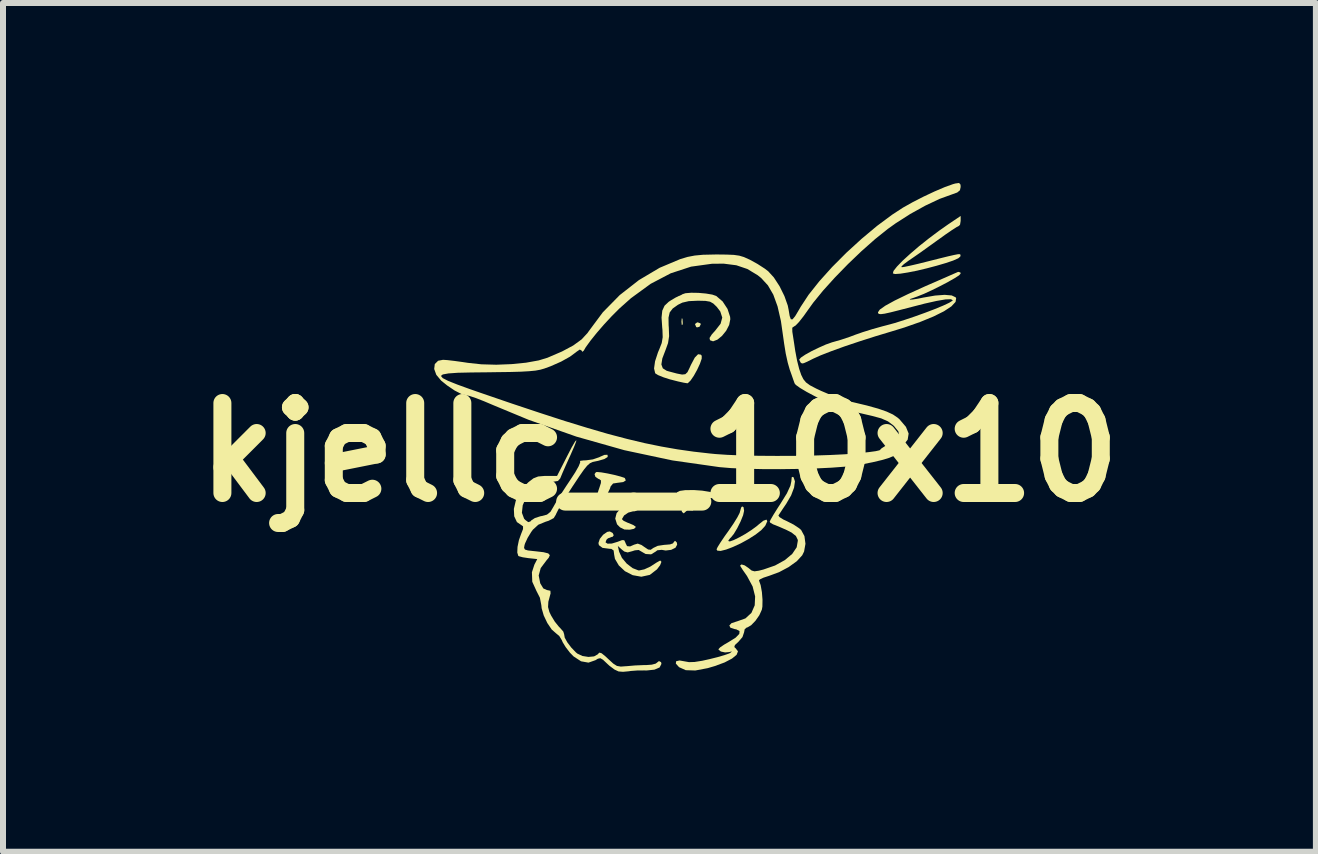
<source format=kicad_pcb>
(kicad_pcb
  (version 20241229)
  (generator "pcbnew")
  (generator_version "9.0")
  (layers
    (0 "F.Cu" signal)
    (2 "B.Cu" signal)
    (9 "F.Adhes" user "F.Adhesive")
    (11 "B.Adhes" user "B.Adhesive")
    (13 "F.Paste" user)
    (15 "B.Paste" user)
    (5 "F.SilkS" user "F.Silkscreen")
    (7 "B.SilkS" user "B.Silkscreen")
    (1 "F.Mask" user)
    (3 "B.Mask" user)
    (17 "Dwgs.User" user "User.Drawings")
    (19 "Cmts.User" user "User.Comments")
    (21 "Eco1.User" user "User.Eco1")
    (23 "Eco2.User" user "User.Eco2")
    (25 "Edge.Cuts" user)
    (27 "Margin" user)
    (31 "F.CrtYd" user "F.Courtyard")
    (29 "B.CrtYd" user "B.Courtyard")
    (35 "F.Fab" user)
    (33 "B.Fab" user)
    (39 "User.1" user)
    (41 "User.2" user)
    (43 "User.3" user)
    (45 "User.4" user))
  (footprint "kjellc__10x10"
    (layer "F.Cu")
    (at 7.943 4.49)
    (property "Reference" "kjellc__10x10" (at 0 0 0) (layer "F.SilkS") (effects (font (size 1.5 1.5) (thickness 0.3))))
    (attr board_only exclude_from_pos_files exclude_from_bom)
    (fp_poly (pts (xy 0.382 -2.228) (xy 0.384 -2.223) (xy 0.389 -2.151) (xy 0.383 -2.124) (xy 0.372 -2.123) (xy 0.367 -2.175) (xy 0.367 -2.182) (xy 0.372 -2.233)) (stroke (width 0) (type solid)) (fill yes) (layer "F.SilkS"))
    (fp_poly (pts (xy 0.684 -2.149) (xy 0.689 -2.135) (xy 0.667 -2.092) (xy 0.625 -2.082) (xy 0.612 -2.09) (xy 0.592 -2.138) (xy 0.627 -2.165) (xy 0.64 -2.166)) (stroke (width 0) (type solid)) (fill yes) (layer "F.SilkS"))
    (fp_poly (pts (xy 1.375 0.451) (xy 1.451 0.531) (xy 1.475 0.561) (xy 1.534 0.649) (xy 1.553 0.711) (xy 1.534 0.738) (xy 1.476 0.722) (xy 1.469 0.718) (xy 1.413 0.665) (xy 1.357 0.581) (xy 1.319 0.497) (xy 1.313 0.461) (xy 1.328 0.428)) (stroke (width 0) (type solid)) (fill yes) (layer "F.SilkS"))
    (fp_poly (pts (xy -0.446 0.899) (xy -0.445 0.899) (xy -0.378 0.929) (xy -0.366 0.962) (xy -0.41 0.983) (xy -0.441 0.984) (xy -0.519 1.005) (xy -0.589 1.052) (xy -0.623 1.109) (xy -0.624 1.116) (xy -0.596 1.143) (xy -0.527 1.175) (xy -0.509 1.181) (xy -0.434 1.213) (xy -0.395 1.241) (xy -0.394 1.246) (xy -0.423 1.275) (xy -0.494 1.29) (xy -0.583 1.287) (xy -0.657 1.251) (xy -0.707 1.2) (xy -0.737 1.105) (xy -0.714 1.014) (xy -0.65 0.94) (xy -0.556 0.897)) (stroke (width 0) (type solid)) (fill yes) (layer "F.SilkS"))
    (fp_poly (pts (xy -0.966 0.335) (xy -0.863 0.353) (xy -0.751 0.377) (xy -0.652 0.403) (xy -0.587 0.424) (xy -0.576 0.431) (xy -0.561 0.469) (xy -0.604 0.496) (xy -0.695 0.508) (xy -0.697 0.508) (xy -0.773 0.52) (xy -0.813 0.567) (xy -0.826 0.607) (xy -0.875 0.708) (xy -0.95 0.773) (xy -1.007 0.788) (xy -1.047 0.77) (xy -1.05 0.759) (xy -1.04 0.712) (xy -1.015 0.63) (xy -1.003 0.596) (xy -0.976 0.512) (xy -0.975 0.469) (xy -1.001 0.449) (xy -1.019 0.442) (xy -1.068 0.408) (xy -1.082 0.363) (xy -1.058 0.331) (xy -1.039 0.328)) (stroke (width 0) (type solid)) (fill yes) (layer "F.SilkS"))
    (fp_poly (pts (xy 0.713 0.639) (xy 0.836 0.659) (xy 0.926 0.685) (xy 0.967 0.716) (xy 0.968 0.722) (xy 0.953 0.751) (xy 0.901 0.763) (xy 0.797 0.762) (xy 0.627 0.753) (xy 0.605 0.87) (xy 0.583 0.947) (xy 0.552 0.972) (xy 0.524 0.968) (xy 0.465 0.968) (xy 0.444 0.983) (xy 0.405 1.018) (xy 0.375 0.994) (xy 0.361 0.918) (xy 0.361 0.904) (xy 0.371 0.821) (xy 0.394 0.771) (xy 0.424 0.769) (xy 0.438 0.788) (xy 0.448 0.796) (xy 0.446 0.781) (xy 0.411 0.742) (xy 0.365 0.723) (xy 0.298 0.696) (xy 0.292 0.667) (xy 0.341 0.643) (xy 0.427 0.631) (xy 0.572 0.629)) (stroke (width 0) (type solid)) (fill yes) (layer "F.SilkS"))
    (fp_poly (pts (xy 1.402 0.915) (xy 1.411 0.974) (xy 1.395 1.048) (xy 1.353 1.152) (xy 1.298 1.263) (xy 1.24 1.36) (xy 1.191 1.421) (xy 1.182 1.427) (xy 1.15 1.469) (xy 1.149 1.479) (xy 1.173 1.486) (xy 1.238 1.463) (xy 1.33 1.418) (xy 1.434 1.36) (xy 1.536 1.294) (xy 1.623 1.23) (xy 1.654 1.203) (xy 1.733 1.14) (xy 1.784 1.122) (xy 1.798 1.148) (xy 1.768 1.216) (xy 1.76 1.229) (xy 1.698 1.297) (xy 1.602 1.372) (xy 1.484 1.447) (xy 1.355 1.518) (xy 1.227 1.577) (xy 1.112 1.621) (xy 1.02 1.644) (xy 0.964 1.639) (xy 0.952 1.617) (xy 0.97 1.579) (xy 1.019 1.5) (xy 1.09 1.395) (xy 1.149 1.313) (xy 1.232 1.192) (xy 1.297 1.087) (xy 1.337 1.01) (xy 1.345 0.981) (xy 1.362 0.921) (xy 1.378 0.902)) (stroke (width 0) (type solid)) (fill yes) (layer "F.SilkS"))
    (fp_poly (pts (xy 5.021 -3.857) (xy 5.011 -3.795) (xy 4.992 -3.774) (xy 4.956 -3.756) (xy 4.878 -3.706) (xy 4.77 -3.632) (xy 4.644 -3.541) (xy 4.639 -3.538) (xy 4.494 -3.434) (xy 4.351 -3.331) (xy 4.227 -3.245) (xy 4.152 -3.194) (xy 4.075 -3.137) (xy 4.034 -3.098) (xy 4.038 -3.085) (xy 4.088 -3.092) (xy 4.187 -3.113) (xy 4.32 -3.144) (xy 4.464 -3.18) (xy 4.666 -3.231) (xy 4.812 -3.267) (xy 4.913 -3.29) (xy 4.975 -3.302) (xy 5.007 -3.302) (xy 5.019 -3.293) (xy 5.018 -3.277) (xy 5.015 -3.263) (xy 4.981 -3.234) (xy 4.895 -3.196) (xy 4.77 -3.154) (xy 4.62 -3.11) (xy 4.457 -3.067) (xy 4.294 -3.028) (xy 4.142 -2.998) (xy 4.016 -2.978) (xy 3.928 -2.972) (xy 3.891 -2.982) (xy 3.902 -3.024) (xy 3.959 -3.096) (xy 4.054 -3.194) (xy 4.18 -3.309) (xy 4.328 -3.436) (xy 4.493 -3.567) (xy 4.665 -3.696) (xy 4.816 -3.802) (xy 5.021 -3.94)) (stroke (width 0) (type solid)) (fill yes) (layer "F.SilkS"))
    (fp_poly (pts (xy -0.78 1.345) (xy -0.762 1.383) (xy -0.782 1.409) (xy -0.797 1.411) (xy -0.858 1.434) (xy -0.883 1.457) (xy -0.899 1.501) (xy -0.865 1.523) (xy -0.794 1.521) (xy -0.701 1.493) (xy -0.624 1.464) (xy -0.588 1.465) (xy -0.57 1.499) (xy -0.567 1.51) (xy -0.54 1.564) (xy -0.489 1.569) (xy -0.421 1.539) (xy -0.362 1.522) (xy -0.299 1.545) (xy -0.256 1.575) (xy -0.189 1.62) (xy -0.146 1.625) (xy -0.103 1.595) (xy -0.102 1.594) (xy -0.028 1.559) (xy 0.078 1.543) (xy 0.093 1.542) (xy 0.177 1.535) (xy 0.225 1.518) (xy 0.23 1.51) (xy 0.255 1.478) (xy 0.263 1.477) (xy 0.29 1.504) (xy 0.295 1.54) (xy 0.267 1.591) (xy 0.195 1.626) (xy 0.104 1.637) (xy 0.038 1.626) (xy -0.035 1.633) (xy -0.065 1.656) (xy -0.139 1.701) (xy -0.231 1.695) (xy -0.295 1.658) (xy -0.346 1.628) (xy -0.41 1.634) (xy -0.452 1.648) (xy -0.53 1.669) (xy -0.586 1.654) (xy -0.624 1.624) (xy -0.694 1.561) (xy -0.672 1.658) (xy -0.626 1.759) (xy -0.545 1.856) (xy -0.447 1.931) (xy -0.352 1.968) (xy -0.336 1.969) (xy -0.252 1.951) (xy -0.152 1.905) (xy -0.124 1.887) (xy -0.047 1.837) (xy 0.005 1.808) (xy 0.015 1.805) (xy 0.033 1.826) (xy 0.011 1.882) (xy -0.041 1.951) (xy -0.16 2.043) (xy -0.302 2.074) (xy -0.446 2.048) (xy -0.575 1.982) (xy -0.678 1.885) (xy -0.742 1.776) (xy -0.755 1.706) (xy -0.764 1.636) (xy -0.802 1.61) (xy -0.834 1.608) (xy -0.949 1.593) (xy -1.009 1.548) (xy -1.017 1.512) (xy -0.994 1.443) (xy -0.939 1.374) (xy -0.872 1.327) (xy -0.828 1.319)) (stroke (width 0) (type solid)) (fill yes) (layer "F.SilkS"))
    (fp_poly (pts (xy 5.016 -2.999) (xy 5.021 -2.979) (xy 4.993 -2.949) (xy 4.918 -2.901) (xy 4.809 -2.839) (xy 4.68 -2.771) (xy 4.542 -2.703) (xy 4.41 -2.642) (xy 4.295 -2.596) (xy 4.239 -2.576) (xy 4.177 -2.555) (xy 4.173 -2.545) (xy 4.219 -2.547) (xy 4.309 -2.561) (xy 4.397 -2.579) (xy 4.594 -2.613) (xy 4.754 -2.625) (xy 4.872 -2.615) (xy 4.937 -2.584) (xy 4.946 -2.57) (xy 4.936 -2.507) (xy 4.867 -2.433) (xy 4.743 -2.351) (xy 4.568 -2.264) (xy 4.346 -2.173) (xy 4.084 -2.081) (xy 3.879 -2.018) (xy 3.6 -1.934) (xy 3.331 -1.848) (xy 3.081 -1.764) (xy 2.863 -1.685) (xy 2.686 -1.616) (xy 2.564 -1.561) (xy 2.464 -1.511) (xy 2.407 -1.486) (xy 2.378 -1.481) (xy 2.359 -1.491) (xy 2.352 -1.499) (xy 2.33 -1.544) (xy 2.33 -1.546) (xy 2.358 -1.579) (xy 2.431 -1.628) (xy 2.535 -1.686) (xy 2.655 -1.744) (xy 2.774 -1.797) (xy 2.878 -1.834) (xy 2.904 -1.841) (xy 3.029 -1.877) (xy 3.175 -1.926) (xy 3.265 -1.96) (xy 3.388 -2.003) (xy 3.548 -2.053) (xy 3.716 -2.1) (xy 3.778 -2.116) (xy 3.922 -2.155) (xy 4.086 -2.207) (xy 4.261 -2.266) (xy 4.433 -2.328) (xy 4.593 -2.389) (xy 4.728 -2.445) (xy 4.829 -2.492) (xy 4.883 -2.526) (xy 4.89 -2.535) (xy 4.859 -2.552) (xy 4.769 -2.549) (xy 4.622 -2.524) (xy 4.421 -2.479) (xy 4.201 -2.422) (xy 3.999 -2.37) (xy 3.853 -2.333) (xy 3.753 -2.311) (xy 3.69 -2.303) (xy 3.657 -2.307) (xy 3.644 -2.322) (xy 3.643 -2.335) (xy 3.674 -2.38) (xy 3.767 -2.445) (xy 3.922 -2.53) (xy 4.14 -2.636) (xy 4.419 -2.763) (xy 4.485 -2.792) (xy 4.646 -2.862) (xy 4.788 -2.924) (xy 4.899 -2.973) (xy 4.966 -3.002) (xy 4.98 -3.008)) (stroke (width 0) (type solid)) (fill yes) (layer "F.SilkS"))
    (fp_poly (pts (xy 0.65 -2.658) (xy 0.774 -2.647) (xy 0.881 -2.629) (xy 0.947 -2.606) (xy 1.053 -2.515) (xy 1.135 -2.39) (xy 1.178 -2.258) (xy 1.181 -2.218) (xy 1.162 -2.123) (xy 1.112 -2.026) (xy 1.042 -1.94) (xy 0.966 -1.878) (xy 0.894 -1.85) (xy 0.843 -1.868) (xy 0.835 -1.906) (xy 0.874 -1.967) (xy 0.929 -2.028) (xy 1.019 -2.143) (xy 1.047 -2.246) (xy 1.014 -2.348) (xy 0.955 -2.425) (xy 0.898 -2.48) (xy 0.843 -2.511) (xy 0.768 -2.524) (xy 0.65 -2.527) (xy 0.639 -2.527) (xy 0.489 -2.52) (xy 0.381 -2.495) (xy 0.308 -2.459) (xy 0.221 -2.397) (xy 0.171 -2.332) (xy 0.151 -2.245) (xy 0.153 -2.117) (xy 0.156 -2.08) (xy 0.161 -1.936) (xy 0.143 -1.82) (xy 0.103 -1.709) (xy 0.048 -1.565) (xy 0.032 -1.465) (xy 0.056 -1.4) (xy 0.121 -1.359) (xy 0.156 -1.349) (xy 0.291 -1.313) (xy 0.378 -1.296) (xy 0.431 -1.302) (xy 0.467 -1.336) (xy 0.5 -1.403) (xy 0.525 -1.458) (xy 0.589 -1.579) (xy 0.644 -1.635) (xy 0.69 -1.628) (xy 0.705 -1.609) (xy 0.704 -1.56) (xy 0.675 -1.476) (xy 0.628 -1.375) (xy 0.573 -1.276) (xy 0.518 -1.196) (xy 0.474 -1.153) (xy 0.464 -1.151) (xy 0.407 -1.16) (xy 0.307 -1.182) (xy 0.187 -1.213) (xy 0.184 -1.213) (xy 0.068 -1.25) (xy -0.023 -1.287) (xy -0.071 -1.317) (xy -0.071 -1.318) (xy -0.09 -1.398) (xy -0.073 -1.518) (xy -0.024 -1.668) (xy -0.002 -1.719) (xy 0.038 -1.822) (xy 0.054 -1.919) (xy 0.05 -2.041) (xy 0.046 -2.081) (xy 0.035 -2.245) (xy 0.047 -2.361) (xy 0.085 -2.444) (xy 0.154 -2.509) (xy 0.189 -2.532) (xy 0.268 -2.579) (xy 0.323 -2.606) (xy 0.334 -2.609) (xy 0.375 -2.629) (xy 0.38 -2.634) (xy 0.433 -2.652) (xy 0.53 -2.66)) (stroke (width 0) (type solid)) (fill yes) (layer "F.SilkS"))
    (fp_poly (pts (xy 2.236 0.418) (xy 2.259 0.485) (xy 2.244 0.589) (xy 2.195 0.718) (xy 2.114 0.857) (xy 2.051 0.95) (xy 2.003 1.023) (xy 1.983 1.054) (xy 2.001 1.08) (xy 2.065 1.12) (xy 2.129 1.15) (xy 2.237 1.205) (xy 2.329 1.266) (xy 2.362 1.295) (xy 2.417 1.397) (xy 2.434 1.525) (xy 2.411 1.654) (xy 2.38 1.717) (xy 2.29 1.815) (xy 2.154 1.913) (xy 1.994 1.998) (xy 1.831 2.058) (xy 1.734 2.09) (xy 1.673 2.119) (xy 1.659 2.136) (xy 1.687 2.214) (xy 1.708 2.331) (xy 1.718 2.459) (xy 1.716 2.573) (xy 1.707 2.623) (xy 1.665 2.716) (xy 1.6 2.809) (xy 1.528 2.883) (xy 1.464 2.92) (xy 1.454 2.921) (xy 1.421 2.949) (xy 1.411 3) (xy 1.384 3.08) (xy 1.317 3.158) (xy 1.258 3.213) (xy 1.248 3.246) (xy 1.273 3.27) (xy 1.309 3.318) (xy 1.286 3.376) (xy 1.21 3.438) (xy 1.086 3.503) (xy 0.92 3.564) (xy 0.804 3.598) (xy 0.598 3.637) (xy 0.439 3.632) (xy 0.327 3.582) (xy 0.273 3.522) (xy 0.278 3.483) (xy 0.335 3.47) (xy 0.415 3.484) (xy 0.493 3.498) (xy 0.586 3.495) (xy 0.712 3.475) (xy 0.834 3.448) (xy 0.97 3.414) (xy 1.086 3.38) (xy 1.163 3.353) (xy 1.181 3.343) (xy 1.209 3.32) (xy 1.181 3.325) (xy 1.169 3.329) (xy 1.094 3.336) (xy 1.024 3.321) (xy 0.986 3.29) (xy 0.984 3.282) (xy 1.011 3.252) (xy 1.08 3.205) (xy 1.156 3.161) (xy 1.271 3.089) (xy 1.331 3.027) (xy 1.335 2.98) (xy 1.28 2.951) (xy 1.257 2.948) (xy 1.183 2.924) (xy 1.165 2.887) (xy 1.201 2.848) (xy 1.287 2.82) (xy 1.289 2.82) (xy 1.433 2.769) (xy 1.533 2.677) (xy 1.588 2.551) (xy 1.595 2.402) (xy 1.553 2.236) (xy 1.46 2.063) (xy 1.444 2.04) (xy 1.388 1.96) (xy 1.352 1.903) (xy 1.345 1.887) (xy 1.368 1.869) (xy 1.421 1.885) (xy 1.485 1.929) (xy 1.492 1.935) (xy 1.537 1.971) (xy 1.584 1.984) (xy 1.655 1.974) (xy 1.733 1.954) (xy 1.927 1.887) (xy 2.09 1.797) (xy 2.213 1.694) (xy 2.288 1.583) (xy 2.307 1.472) (xy 2.305 1.457) (xy 2.275 1.395) (xy 2.203 1.338) (xy 2.121 1.296) (xy 2.017 1.25) (xy 1.93 1.214) (xy 1.895 1.201) (xy 1.847 1.173) (xy 1.838 1.156) (xy 1.855 1.119) (xy 1.901 1.04) (xy 1.968 0.933) (xy 2.018 0.856) (xy 2.125 0.683) (xy 2.184 0.554) (xy 2.199 0.482) (xy 2.205 0.416) (xy 2.225 0.409)) (stroke (width 0) (type solid)) (fill yes) (layer "F.SilkS"))
    (fp_poly (pts (xy -1.389 -0.179) (xy -1.421 -0.096) (xy -1.483 0.046) (xy -1.507 0.098) (xy -1.565 0.227) (xy -1.614 0.338) (xy -1.646 0.415) (xy -1.654 0.435) (xy -1.692 0.478) (xy -1.779 0.492) (xy -1.791 0.492) (xy -1.966 0.523) (xy -2.113 0.611) (xy -2.216 0.737) (xy -2.279 0.882) (xy -2.293 1.008) (xy -2.256 1.107) (xy -2.236 1.128) (xy -2.187 1.164) (xy -2.152 1.153) (xy -2.134 1.133) (xy -2.075 1.095) (xy -1.984 1.066) (xy -1.963 1.062) (xy -1.875 1.039) (xy -1.817 0.992) (xy -1.766 0.906) (xy -1.719 0.822) (xy -1.645 0.702) (xy -1.556 0.565) (xy -1.492 0.469) (xy -1.404 0.334) (xy -1.346 0.231) (xy -1.321 0.168) (xy -1.324 0.152) (xy -1.319 0.142) (xy -1.263 0.135) (xy -1.225 0.134) (xy -1.11 0.118) (xy -1.004 0.082) (xy -0.989 0.074) (xy -0.917 0.043) (xy -0.868 0.041) (xy -0.865 0.043) (xy -0.863 0.078) (xy -0.918 0.112) (xy -1.022 0.142) (xy -1.061 0.15) (xy -1.113 0.161) (xy -1.158 0.182) (xy -1.204 0.222) (xy -1.259 0.289) (xy -1.332 0.393) (xy -1.43 0.541) (xy -1.449 0.569) (xy -1.544 0.717) (xy -1.626 0.851) (xy -1.688 0.958) (xy -1.723 1.028) (xy -1.728 1.041) (xy -1.763 1.097) (xy -1.847 1.141) (xy -1.897 1.157) (xy -2.019 1.207) (xy -2.11 1.29) (xy -2.139 1.33) (xy -2.198 1.427) (xy -2.24 1.518) (xy -2.249 1.546) (xy -2.257 1.593) (xy -2.242 1.621) (xy -2.192 1.636) (xy -2.093 1.647) (xy -2.072 1.649) (xy -1.934 1.665) (xy -1.854 1.685) (xy -1.827 1.715) (xy -1.847 1.759) (xy -1.882 1.8) (xy -1.979 1.929) (xy -2.013 2.053) (xy -1.988 2.18) (xy -1.987 2.184) (xy -1.936 2.269) (xy -1.873 2.297) (xy -1.868 2.297) (xy -1.818 2.308) (xy -1.815 2.353) (xy -1.82 2.371) (xy -1.852 2.491) (xy -1.857 2.579) (xy -1.835 2.661) (xy -1.806 2.721) (xy -1.745 2.822) (xy -1.675 2.909) (xy -1.655 2.929) (xy -1.603 2.988) (xy -1.588 3.036) (xy -1.588 3.039) (xy -1.579 3.09) (xy -1.535 3.169) (xy -1.469 3.256) (xy -1.394 3.334) (xy -1.369 3.355) (xy -1.285 3.395) (xy -1.184 3.411) (xy -1.09 3.402) (xy -1.029 3.368) (xy -1.024 3.361) (xy -1.001 3.339) (xy -0.964 3.35) (xy -0.901 3.401) (xy -0.853 3.446) (xy -0.77 3.522) (xy -0.709 3.561) (xy -0.644 3.572) (xy -0.55 3.565) (xy -0.544 3.565) (xy -0.407 3.553) (xy -0.265 3.547) (xy -0.224 3.547) (xy -0.129 3.54) (xy -0.064 3.523) (xy -0.05 3.513) (xy -0.008 3.48) (xy 0.027 3.498) (xy 0.033 3.527) (xy 0.003 3.586) (xy -0.083 3.623) (xy -0.215 3.637) (xy -0.252 3.636) (xy -0.37 3.637) (xy -0.479 3.645) (xy -0.509 3.65) (xy -0.607 3.659) (xy -0.682 3.653) (xy -0.75 3.621) (xy -0.834 3.558) (xy -0.871 3.524) (xy -0.941 3.458) (xy -0.986 3.432) (xy -1.027 3.441) (xy -1.066 3.465) (xy -1.183 3.506) (xy -1.307 3.484) (xy -1.432 3.402) (xy -1.493 3.339) (xy -1.563 3.248) (xy -1.613 3.166) (xy -1.628 3.131) (xy -1.67 3.062) (xy -1.722 3.019) (xy -1.796 2.954) (xy -1.869 2.846) (xy -1.929 2.72) (xy -1.964 2.599) (xy -1.969 2.549) (xy -1.993 2.424) (xy -2.051 2.31) (xy -2.12 2.158) (xy -2.126 1.999) (xy -2.085 1.873) (xy -2.037 1.78) (xy -2.185 1.764) (xy -2.278 1.75) (xy -2.341 1.733) (xy -2.353 1.727) (xy -2.37 1.671) (xy -2.366 1.577) (xy -2.343 1.465) (xy -2.308 1.366) (xy -2.274 1.279) (xy -2.274 1.234) (xy -2.29 1.222) (xy -2.376 1.163) (xy -2.421 1.067) (xy -2.427 0.944) (xy -2.395 0.807) (xy -2.327 0.668) (xy -2.225 0.538) (xy -2.183 0.497) (xy -2.101 0.434) (xy -2.022 0.403) (xy -1.917 0.394) (xy -1.886 0.394) (xy -1.707 0.394) (xy -1.544 0.074) (xy -1.465 -0.079) (xy -1.412 -0.171) (xy -1.386 -0.205)) (stroke (width 0) (type solid)) (fill yes) (layer "F.SilkS"))
    (fp_poly (pts (xy 5.019 -4.462) (xy 5.021 -4.423) (xy 5.009 -4.368) (xy 4.964 -4.331) (xy 4.881 -4.301) (xy 4.671 -4.225) (xy 4.432 -4.112) (xy 4.181 -3.973) (xy 3.937 -3.817) (xy 3.807 -3.724) (xy 3.596 -3.555) (xy 3.37 -3.355) (xy 3.142 -3.137) (xy 2.924 -2.913) (xy 2.727 -2.695) (xy 2.564 -2.495) (xy 2.484 -2.384) (xy 2.4 -2.266) (xy 2.326 -2.172) (xy 2.27 -2.114) (xy 2.247 -2.1) (xy 2.214 -2.077) (xy 2.215 -2.01) (xy 2.227 -1.933) (xy 2.245 -1.816) (xy 2.265 -1.682) (xy 2.267 -1.674) (xy 2.294 -1.53) (xy 2.329 -1.391) (xy 2.364 -1.289) (xy 2.399 -1.219) (xy 2.442 -1.166) (xy 2.509 -1.117) (xy 2.614 -1.062) (xy 2.697 -1.023) (xy 2.857 -0.955) (xy 3.033 -0.891) (xy 3.191 -0.844) (xy 3.216 -0.838) (xy 3.459 -0.78) (xy 3.646 -0.728) (xy 3.787 -0.679) (xy 3.893 -0.63) (xy 3.971 -0.577) (xy 4.001 -0.551) (xy 4.109 -0.424) (xy 4.154 -0.313) (xy 4.138 -0.211) (xy 4.06 -0.113) (xy 4.018 -0.078) (xy 3.953 -0.02) (xy 3.923 0.025) (xy 3.923 0.035) (xy 3.905 0.06) (xy 3.831 0.092) (xy 3.712 0.128) (xy 3.556 0.165) (xy 3.373 0.201) (xy 3.273 0.218) (xy 3.097 0.239) (xy 2.87 0.256) (xy 2.605 0.269) (xy 2.315 0.277) (xy 2.015 0.281) (xy 1.719 0.28) (xy 1.439 0.274) (xy 1.191 0.263) (xy 1.001 0.247) (xy 0.215 0.135) (xy -0.584 -0.035) (xy -1.386 -0.262) (xy -2.184 -0.543) (xy -2.77 -0.786) (xy -2.921 -0.85) (xy -3.056 -0.903) (xy -3.161 -0.938) (xy -3.221 -0.952) (xy -3.221 -0.952) (xy -3.303 -0.973) (xy -3.414 -1.03) (xy -3.537 -1.113) (xy -3.638 -1.194) (xy -3.704 -1.273) (xy -3.643 -1.273) (xy -3.613 -1.237) (xy -3.521 -1.19) (xy -3.368 -1.129) (xy -3.156 -1.052) (xy -2.986 -0.993) (xy -2.464 -0.814) (xy -1.996 -0.658) (xy -1.577 -0.522) (xy -1.198 -0.406) (xy -0.855 -0.306) (xy -0.539 -0.223) (xy -0.246 -0.153) (xy 0.033 -0.096) (xy 0.303 -0.049) (xy 0.57 -0.011) (xy 0.843 0.02) (xy 0.935 0.029) (xy 1.128 0.042) (xy 1.371 0.052) (xy 1.651 0.058) (xy 1.952 0.06) (xy 2.262 0.059) (xy 2.563 0.054) (xy 2.844 0.045) (xy 3.088 0.033) (xy 3.175 0.027) (xy 3.348 0.012) (xy 3.495 -0.004) (xy 3.604 -0.019) (xy 3.666 -0.033) (xy 3.675 -0.038) (xy 3.702 -0.066) (xy 3.772 -0.111) (xy 3.84 -0.148) (xy 3.949 -0.214) (xy 3.996 -0.278) (xy 3.983 -0.348) (xy 3.912 -0.436) (xy 3.897 -0.45) (xy 3.809 -0.516) (xy 3.696 -0.566) (xy 3.544 -0.607) (xy 3.393 -0.642) (xy 3.237 -0.679) (xy 3.118 -0.709) (xy 3.013 -0.743) (xy 2.881 -0.797) (xy 2.735 -0.863) (xy 2.588 -0.936) (xy 2.453 -1.008) (xy 2.344 -1.073) (xy 2.273 -1.124) (xy 2.253 -1.149) (xy 2.233 -1.205) (xy 2.2 -1.3) (xy 2.172 -1.378) (xy 2.139 -1.493) (xy 2.105 -1.647) (xy 2.078 -1.815) (xy 2.068 -1.887) (xy 2.025 -2.188) (xy 1.969 -2.432) (xy 1.898 -2.628) (xy 1.808 -2.783) (xy 1.696 -2.905) (xy 1.636 -2.953) (xy 1.465 -3.056) (xy 1.282 -3.118) (xy 1.07 -3.145) (xy 0.874 -3.143) (xy 0.527 -3.095) (xy 0.188 -2.984) (xy -0.146 -2.809) (xy -0.475 -2.569) (xy -0.669 -2.396) (xy -0.793 -2.272) (xy -0.923 -2.132) (xy -1.046 -1.99) (xy -1.151 -1.859) (xy -1.229 -1.751) (xy -1.261 -1.696) (xy -1.283 -1.675) (xy -1.299 -1.697) (xy -1.328 -1.713) (xy -1.384 -1.675) (xy -1.389 -1.67) (xy -1.492 -1.594) (xy -1.639 -1.512) (xy -1.813 -1.435) (xy -1.92 -1.396) (xy -1.986 -1.377) (xy -2.067 -1.362) (xy -2.172 -1.352) (xy -2.311 -1.344) (xy -2.492 -1.339) (xy -2.725 -1.336) (xy -2.852 -1.334) (xy -3.139 -1.331) (xy -3.361 -1.326) (xy -3.518 -1.315) (xy -3.612 -1.298) (xy -3.643 -1.273) (xy -3.704 -1.273) (xy -3.72 -1.292) (xy -3.755 -1.389) (xy -3.745 -1.471) (xy -3.69 -1.526) (xy -3.608 -1.542) (xy -3.534 -1.537) (xy -3.414 -1.523) (xy -3.27 -1.503) (xy -3.191 -1.491) (xy -2.968 -1.467) (xy -2.72 -1.46) (xy -2.466 -1.47) (xy -2.224 -1.494) (xy -2.013 -1.532) (xy -1.868 -1.576) (xy -1.624 -1.681) (xy -1.437 -1.781) (xy -1.298 -1.882) (xy -1.199 -1.989) (xy -1.176 -2.022) (xy -0.944 -2.334) (xy -0.662 -2.621) (xy -0.342 -2.871) (xy 0.003 -3.076) (xy 0.345 -3.22) (xy 0.468 -3.257) (xy 0.587 -3.28) (xy 0.724 -3.293) (xy 0.9 -3.297) (xy 0.952 -3.298) (xy 1.12 -3.296) (xy 1.241 -3.291) (xy 1.331 -3.278) (xy 1.408 -3.255) (xy 1.49 -3.218) (xy 1.51 -3.209) (xy 1.633 -3.141) (xy 1.754 -3.063) (xy 1.812 -3.019) (xy 1.907 -2.915) (xy 2.002 -2.769) (xy 2.083 -2.605) (xy 2.139 -2.447) (xy 2.153 -2.378) (xy 2.171 -2.272) (xy 2.19 -2.218) (xy 2.218 -2.216) (xy 2.262 -2.269) (xy 2.327 -2.378) (xy 2.354 -2.425) (xy 2.486 -2.626) (xy 2.664 -2.85) (xy 2.877 -3.087) (xy 3.116 -3.327) (xy 3.37 -3.559) (xy 3.627 -3.774) (xy 3.879 -3.961) (xy 4.06 -4.079) (xy 4.222 -4.17) (xy 4.404 -4.263) (xy 4.587 -4.349) (xy 4.756 -4.421) (xy 4.892 -4.47) (xy 4.931 -4.481) (xy 4.995 -4.49)) (stroke (width 0) (type solid)) (fill yes) (layer "F.SilkS")))
  (gr_rect
    (start -3 -3)
    (end 18.886 11.148)
    (stroke (width 0.1) (type default))
    (fill no)
    (layer "Edge.Cuts")))
</source>
